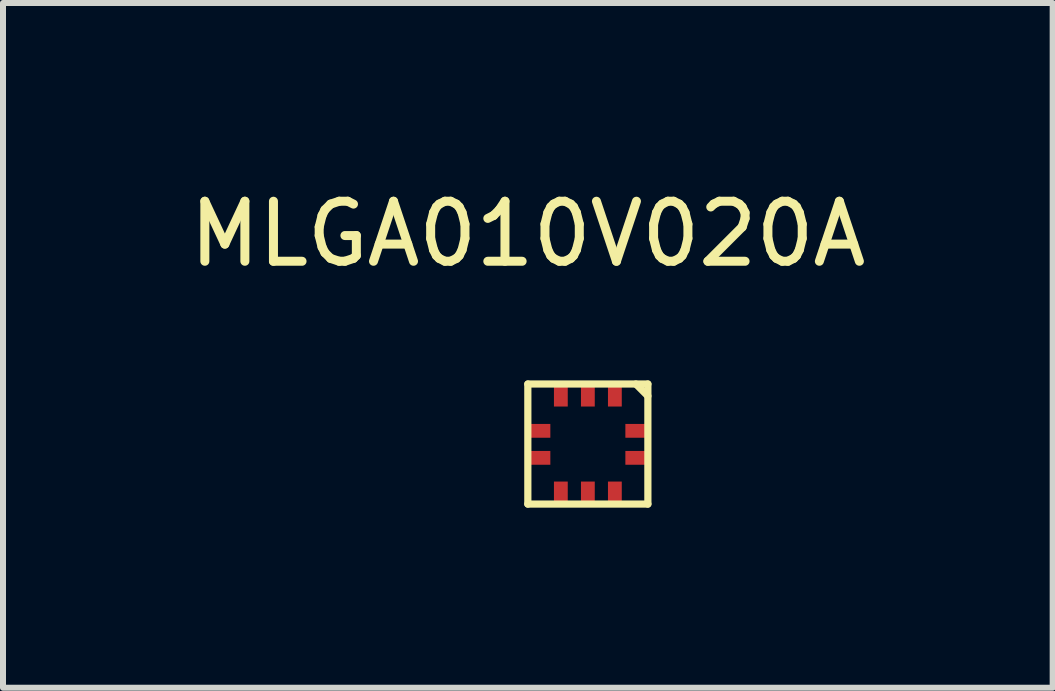
<source format=kicad_pcb>
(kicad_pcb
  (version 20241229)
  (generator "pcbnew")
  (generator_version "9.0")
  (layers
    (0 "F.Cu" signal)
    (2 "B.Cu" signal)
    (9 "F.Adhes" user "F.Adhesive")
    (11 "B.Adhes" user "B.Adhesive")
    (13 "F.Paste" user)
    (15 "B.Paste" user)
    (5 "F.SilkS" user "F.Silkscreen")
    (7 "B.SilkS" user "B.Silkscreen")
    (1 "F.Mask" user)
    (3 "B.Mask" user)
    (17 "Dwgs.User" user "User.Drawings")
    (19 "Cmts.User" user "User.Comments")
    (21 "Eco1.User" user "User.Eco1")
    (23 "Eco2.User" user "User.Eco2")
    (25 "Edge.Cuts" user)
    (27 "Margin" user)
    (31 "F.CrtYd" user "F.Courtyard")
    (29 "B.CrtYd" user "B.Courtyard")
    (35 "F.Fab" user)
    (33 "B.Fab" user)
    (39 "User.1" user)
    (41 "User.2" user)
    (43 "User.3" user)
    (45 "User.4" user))
  (footprint "MLGA010V020A"
    (layer "F.Cu")
    (at 5.744 3.348)
    (property "Reference" "MLGA010V020A" (at 0 -2.5 0) (layer "F.SilkS") (effects (font (size 1 1) (thickness 0.15))))
    (attr through_hole)
    (fp_line (start 0 0) (end 2 0) (stroke (width 0.12) (type solid)) (layer "F.SilkS"))
    (fp_line (start 0 2) (end 0 0) (stroke (width 0.12) (type solid)) (layer "F.SilkS"))
    (fp_line (start 1.8 0) (end 2 0.2) (stroke (width 0.12) (type solid)) (layer "F.SilkS"))
    (fp_line (start 2 0) (end 2 2) (stroke (width 0.12) (type solid)) (layer "F.SilkS"))
    (fp_line (start 2 2) (end 0 2) (stroke (width 0.12) (type solid)) (layer "F.SilkS"))
    (pad "1" smd rect (at 1.45 0.21) (size 0.23 0.33) (layers "F.Cu" "F.Mask" "F.Paste"))
    (pad "2" smd rect (at 1 0.21) (size 0.23 0.33) (layers "F.Cu" "F.Mask" "F.Paste"))
    (pad "3" smd rect (at 0.55 0.21) (size 0.23 0.33) (layers "F.Cu" "F.Mask" "F.Paste"))
    (pad "4" smd rect (at 0.21 0.78 90) (size 0.23 0.33) (layers "F.Cu" "F.Mask" "F.Paste"))
    (pad "5" smd rect (at 0.21 1.23 90) (size 0.23 0.33) (layers "F.Cu" "F.Mask" "F.Paste"))
    (pad "6" smd rect (at 0.55 1.79) (size 0.23 0.33) (layers "F.Cu" "F.Mask" "F.Paste"))
    (pad "7" smd rect (at 1 1.79) (size 0.23 0.33) (layers "F.Cu" "F.Mask" "F.Paste"))
    (pad "8" smd rect (at 1.45 1.79) (size 0.23 0.33) (layers "F.Cu" "F.Mask" "F.Paste"))
    (pad "9" smd rect (at 1.79 1.23 90) (size 0.23 0.33) (layers "F.Cu" "F.Mask" "F.Paste"))
    (pad "10" smd rect (at 1.79 0.78 90) (size 0.23 0.33) (layers "F.Cu" "F.Mask" "F.Paste")))
  (gr_rect
    (start -3 -3)
    (end 14.488 8.408)
    (stroke (width 0.1) (type default))
    (fill no)
    (layer "Edge.Cuts")))
</source>
